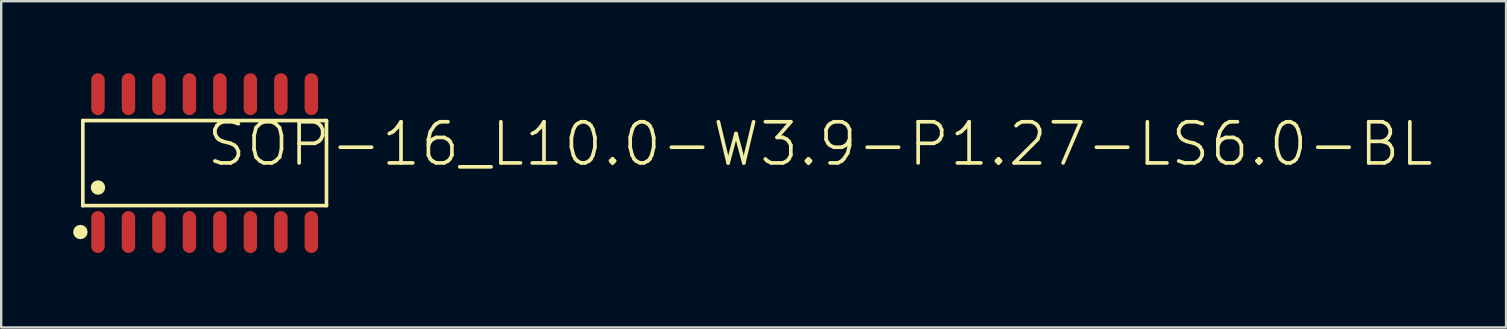
<source format=kicad_pcb>
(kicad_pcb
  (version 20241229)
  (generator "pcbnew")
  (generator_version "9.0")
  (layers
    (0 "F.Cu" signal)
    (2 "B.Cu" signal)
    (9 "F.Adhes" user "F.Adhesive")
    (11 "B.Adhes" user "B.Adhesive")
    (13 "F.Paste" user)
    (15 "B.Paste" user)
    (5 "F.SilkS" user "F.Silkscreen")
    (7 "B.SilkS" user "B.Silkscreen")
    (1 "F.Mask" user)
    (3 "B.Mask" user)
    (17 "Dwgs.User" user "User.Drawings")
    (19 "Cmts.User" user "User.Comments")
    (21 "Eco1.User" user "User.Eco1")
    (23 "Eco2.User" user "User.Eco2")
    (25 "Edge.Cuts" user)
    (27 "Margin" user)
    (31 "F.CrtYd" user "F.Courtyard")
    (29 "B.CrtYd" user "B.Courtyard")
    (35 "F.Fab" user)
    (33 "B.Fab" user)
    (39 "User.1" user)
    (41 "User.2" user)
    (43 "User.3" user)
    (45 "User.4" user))
  (footprint "SOP-16_L10.0-W3.9-P1.27-LS6.0-BL"
    (layer "F.Cu")
    (at 5.477 3.745)
    (property "Reference" "SOP-16_L10.0-W3.9-P1.27-LS6.0-BL" (at 0 0.21 0) (unlocked yes) (layer "F.SilkS") (effects (font (size 1.714 1.714) (thickness 0.152)) (justify left bottom)))
    (fp_line (start -5.076 -1.771) (end 5.076 -1.771) (stroke (width 0.152) (type solid)) (layer "F.SilkS"))
    (fp_line (start -5.076 1.771) (end -5.076 -1.771) (stroke (width 0.152) (type solid)) (layer "F.SilkS"))
    (fp_line (start -5.076 1.771) (end 5.076 1.771) (stroke (width 0.152) (type solid)) (layer "F.SilkS"))
    (fp_line (start 5.076 1.771) (end 5.076 -1.771) (stroke (width 0.152) (type solid)) (layer "F.SilkS"))
    (fp_circle (center -5.177 2.872) (end -5.177 2.722) (stroke (width 0.3) (type solid)) (fill no) (layer "F.SilkS"))
    (fp_circle (center -4.445 1.019) (end -4.445 0.869) (stroke (width 0.3) (type solid)) (fill no) (layer "F.SilkS"))
    (fp_circle (center -4.445 3.55) (end -4.445 3.4) (stroke (width 0.3) (type solid)) (fill no) (layer "User.6"))
    (fp_line (start -4.95 -1.95) (end 4.95 -1.95) (stroke (width 0.051) (type solid)) (layer "User.13"))
    (fp_line (start -4.95 1.95) (end -4.95 -1.95) (stroke (width 0.051) (type solid)) (layer "User.13"))
    (fp_line (start -4.95 1.95) (end 4.95 1.95) (stroke (width 0.051) (type solid)) (layer "User.13"))
    (fp_line (start 4.95 1.95) (end 4.95 -1.95) (stroke (width 0.051) (type solid)) (layer "User.13"))
    (fp_poly (pts (xy -4.65 -2.165) (xy -4.65 -3) (xy -4.24 -3) (xy -4.24 -2.165)) (stroke (width 0.1) (type default)) (fill no) (layer "User.13"))
    (fp_poly (pts (xy -4.65 -1.94) (xy -4.65 -2.175) (xy -4.24 -2.175) (xy -4.24 -1.94)) (stroke (width 0.1) (type default)) (fill no) (layer "User.13"))
    (fp_poly (pts (xy -4.65 2.175) (xy -4.65 1.94) (xy -4.24 1.94) (xy -4.24 2.175)) (stroke (width 0.1) (type default)) (fill no) (layer "User.13"))
    (fp_poly (pts (xy -4.65 3) (xy -4.65 2.165) (xy -4.24 2.165) (xy -4.24 3)) (stroke (width 0.1) (type default)) (fill no) (layer "User.13"))
    (fp_poly (pts (xy -3.38 -2.165) (xy -3.38 -3) (xy -2.97 -3) (xy -2.97 -2.165)) (stroke (width 0.1) (type default)) (fill no) (layer "User.13"))
    (fp_poly (pts (xy -3.38 -1.94) (xy -3.38 -2.175) (xy -2.97 -2.175) (xy -2.97 -1.94)) (stroke (width 0.1) (type default)) (fill no) (layer "User.13"))
    (fp_poly (pts (xy -3.38 2.175) (xy -3.38 1.94) (xy -2.97 1.94) (xy -2.97 2.175)) (stroke (width 0.1) (type default)) (fill no) (layer "User.13"))
    (fp_poly (pts (xy -3.38 3) (xy -3.38 2.165) (xy -2.97 2.165) (xy -2.97 3)) (stroke (width 0.1) (type default)) (fill no) (layer "User.13"))
    (fp_poly (pts (xy -2.11 -2.165) (xy -2.11 -3) (xy -1.7 -3) (xy -1.7 -2.165)) (stroke (width 0.1) (type default)) (fill no) (layer "User.13"))
    (fp_poly (pts (xy -2.11 -1.94) (xy -2.11 -2.175) (xy -1.7 -2.175) (xy -1.7 -1.94)) (stroke (width 0.1) (type default)) (fill no) (layer "User.13"))
    (fp_poly (pts (xy -2.11 2.175) (xy -2.11 1.94) (xy -1.7 1.94) (xy -1.7 2.175)) (stroke (width 0.1) (type default)) (fill no) (layer "User.13"))
    (fp_poly (pts (xy -2.11 3) (xy -2.11 2.165) (xy -1.7 2.165) (xy -1.7 3)) (stroke (width 0.1) (type default)) (fill no) (layer "User.13"))
    (fp_poly (pts (xy -0.84 -2.165) (xy -0.84 -3) (xy -0.43 -3) (xy -0.43 -2.165)) (stroke (width 0.1) (type default)) (fill no) (layer "User.13"))
    (fp_poly (pts (xy -0.84 -1.94) (xy -0.84 -2.175) (xy -0.43 -2.175) (xy -0.43 -1.94)) (stroke (width 0.1) (type default)) (fill no) (layer "User.13"))
    (fp_poly (pts (xy -0.84 2.175) (xy -0.84 1.94) (xy -0.43 1.94) (xy -0.43 2.175)) (stroke (width 0.1) (type default)) (fill no) (layer "User.13"))
    (fp_poly (pts (xy -0.84 3) (xy -0.84 2.165) (xy -0.43 2.165) (xy -0.43 3)) (stroke (width 0.1) (type default)) (fill no) (layer "User.13"))
    (fp_poly (pts (xy 0.43 -2.165) (xy 0.43 -3) (xy 0.84 -3) (xy 0.84 -2.165)) (stroke (width 0.1) (type default)) (fill no) (layer "User.13"))
    (fp_poly (pts (xy 0.43 -1.94) (xy 0.43 -2.175) (xy 0.84 -2.175) (xy 0.84 -1.94)) (stroke (width 0.1) (type default)) (fill no) (layer "User.13"))
    (fp_poly (pts (xy 0.43 2.175) (xy 0.43 1.94) (xy 0.84 1.94) (xy 0.84 2.175)) (stroke (width 0.1) (type default)) (fill no) (layer "User.13"))
    (fp_poly (pts (xy 0.43 3) (xy 0.43 2.165) (xy 0.84 2.165) (xy 0.84 3)) (stroke (width 0.1) (type default)) (fill no) (layer "User.13"))
    (fp_poly (pts (xy 1.7 -2.165) (xy 1.7 -3) (xy 2.11 -3) (xy 2.11 -2.165)) (stroke (width 0.1) (type default)) (fill no) (layer "User.13"))
    (fp_poly (pts (xy 1.7 -1.94) (xy 1.7 -2.175) (xy 2.11 -2.175) (xy 2.11 -1.94)) (stroke (width 0.1) (type default)) (fill no) (layer "User.13"))
    (fp_poly (pts (xy 1.7 2.175) (xy 1.7 1.94) (xy 2.11 1.94) (xy 2.11 2.175)) (stroke (width 0.1) (type default)) (fill no) (layer "User.13"))
    (fp_poly (pts (xy 1.7 3) (xy 1.7 2.165) (xy 2.11 2.165) (xy 2.11 3)) (stroke (width 0.1) (type default)) (fill no) (layer "User.13"))
    (fp_poly (pts (xy 2.97 -2.165) (xy 2.97 -3) (xy 3.38 -3) (xy 3.38 -2.165)) (stroke (width 0.1) (type default)) (fill no) (layer "User.13"))
    (fp_poly (pts (xy 2.97 -1.94) (xy 2.97 -2.175) (xy 3.38 -2.175) (xy 3.38 -1.94)) (stroke (width 0.1) (type default)) (fill no) (layer "User.13"))
    (fp_poly (pts (xy 2.97 2.175) (xy 2.97 1.94) (xy 3.38 1.94) (xy 3.38 2.175)) (stroke (width 0.1) (type default)) (fill no) (layer "User.13"))
    (fp_poly (pts (xy 2.97 3) (xy 2.97 2.165) (xy 3.38 2.165) (xy 3.38 3)) (stroke (width 0.1) (type default)) (fill no) (layer "User.13"))
    (fp_poly (pts (xy 4.24 -2.165) (xy 4.24 -3) (xy 4.65 -3) (xy 4.65 -2.165)) (stroke (width 0.1) (type default)) (fill no) (layer "User.13"))
    (fp_poly (pts (xy 4.24 -1.94) (xy 4.24 -2.175) (xy 4.65 -2.175) (xy 4.65 -1.94)) (stroke (width 0.1) (type default)) (fill no) (layer "User.13"))
    (fp_poly (pts (xy 4.24 2.175) (xy 4.24 1.94) (xy 4.65 1.94) (xy 4.65 2.175)) (stroke (width 0.1) (type default)) (fill no) (layer "User.13"))
    (fp_poly (pts (xy 4.24 3) (xy 4.24 2.165) (xy 4.65 2.165) (xy 4.65 3)) (stroke (width 0.1) (type default)) (fill no) (layer "User.13"))
    (fp_poly (pts (arc (start -4.940023 3.15011) (mid -4.999986 3.09138) (end -5.059937 3.150122)) (arc (start -5.059937 3.15012) (mid -4.999974 3.20885) (end -4.940023 3.150108)) (xy -4.94 3.15)) (stroke (width 0.1) (type default)) (fill no) (layer "User.13"))
    (pad "1" smd oval (at -4.445 2.872) (size 0.56 1.745) (layers "F.Cu" "F.Mask" "F.Paste"))
    (pad "2" smd oval (at -3.175 2.872) (size 0.56 1.745) (layers "F.Cu" "F.Mask" "F.Paste"))
    (pad "3" smd oval (at -1.905 2.872) (size 0.56 1.745) (layers "F.Cu" "F.Mask" "F.Paste"))
    (pad "4" smd oval (at -0.635 2.872) (size 0.56 1.745) (layers "F.Cu" "F.Mask" "F.Paste"))
    (pad "5" smd oval (at 0.635 2.872) (size 0.56 1.745) (layers "F.Cu" "F.Mask" "F.Paste"))
    (pad "6" smd oval (at 1.905 2.872) (size 0.56 1.745) (layers "F.Cu" "F.Mask" "F.Paste"))
    (pad "7" smd oval (at 3.175 2.872) (size 0.56 1.745) (layers "F.Cu" "F.Mask" "F.Paste"))
    (pad "8" smd oval (at 4.445 2.872) (size 0.56 1.745) (layers "F.Cu" "F.Mask" "F.Paste"))
    (pad "9" smd oval (at 4.445 -2.872) (size 0.56 1.745) (layers "F.Cu" "F.Mask" "F.Paste"))
    (pad "10" smd oval (at 3.175 -2.872) (size 0.56 1.745) (layers "F.Cu" "F.Mask" "F.Paste"))
    (pad "11" smd oval (at 1.905 -2.872) (size 0.56 1.745) (layers "F.Cu" "F.Mask" "F.Paste"))
    (pad "12" smd oval (at 0.635 -2.872) (size 0.56 1.745) (layers "F.Cu" "F.Mask" "F.Paste"))
    (pad "13" smd oval (at -0.635 -2.872) (size 0.56 1.745) (layers "F.Cu" "F.Mask" "F.Paste"))
    (pad "14" smd oval (at -1.905 -2.872) (size 0.56 1.745) (layers "F.Cu" "F.Mask" "F.Paste"))
    (pad "15" smd oval (at -3.175 -2.872) (size 0.56 1.745) (layers "F.Cu" "F.Mask" "F.Paste"))
    (pad "16" smd oval (at -4.445 -2.872) (size 0.56 1.745) (layers "F.Cu" "F.Mask" "F.Paste")))
  (gr_rect
    (start -3 -3)
    (end 59.7 10.595)
    (stroke (width 0.1) (type default))
    (fill no)
    (layer "Edge.Cuts")))
</source>
